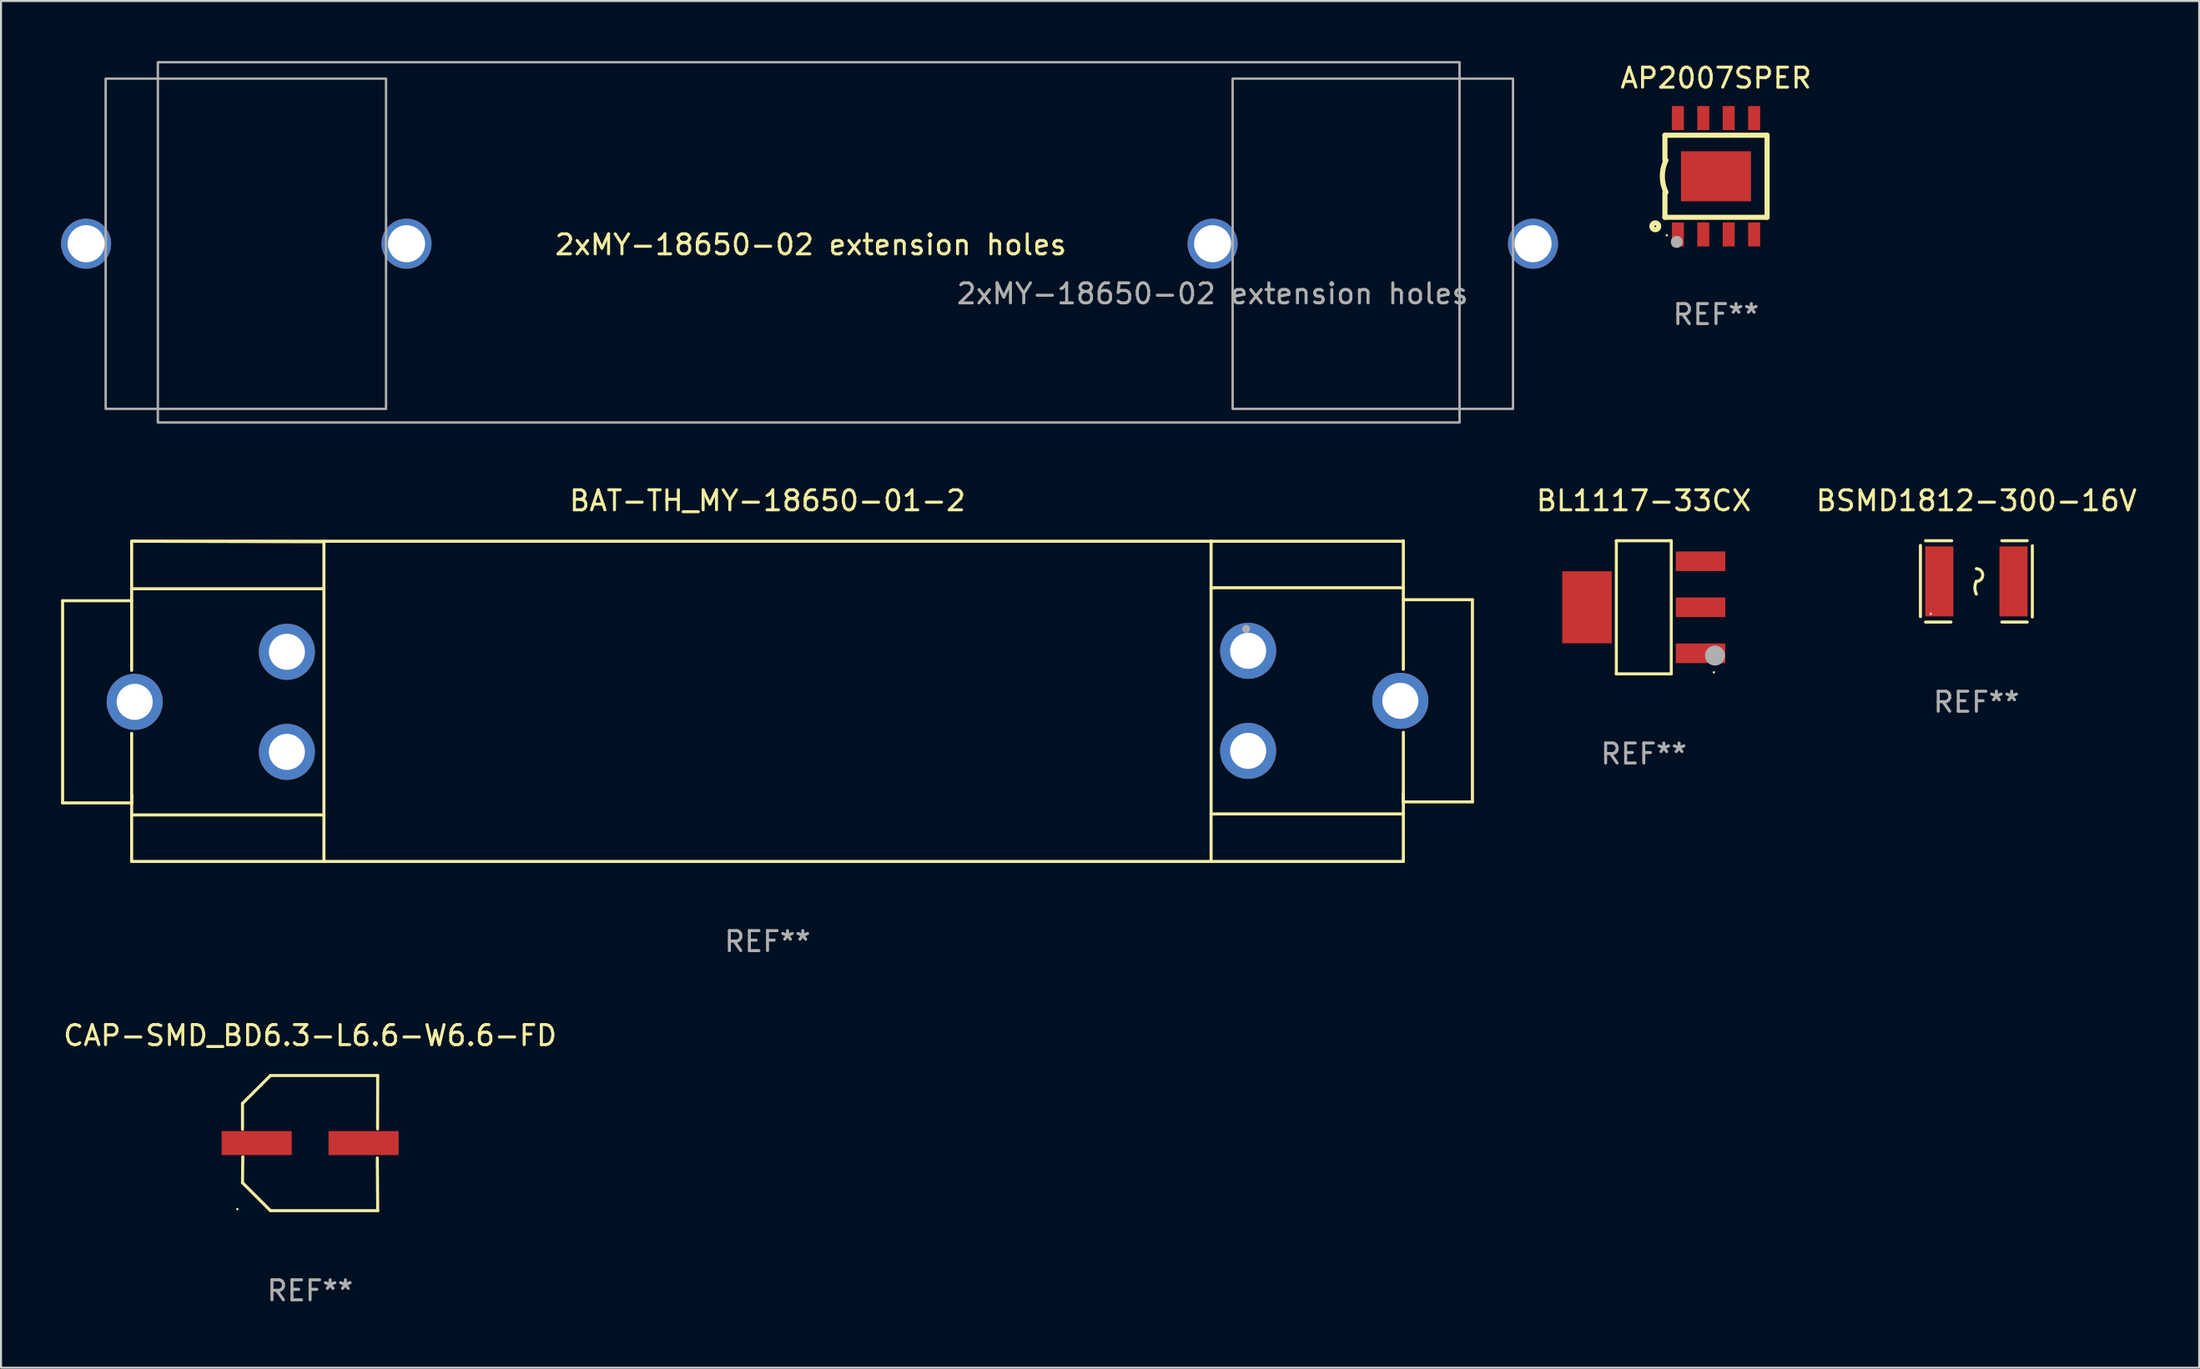
<source format=kicad_pcb>
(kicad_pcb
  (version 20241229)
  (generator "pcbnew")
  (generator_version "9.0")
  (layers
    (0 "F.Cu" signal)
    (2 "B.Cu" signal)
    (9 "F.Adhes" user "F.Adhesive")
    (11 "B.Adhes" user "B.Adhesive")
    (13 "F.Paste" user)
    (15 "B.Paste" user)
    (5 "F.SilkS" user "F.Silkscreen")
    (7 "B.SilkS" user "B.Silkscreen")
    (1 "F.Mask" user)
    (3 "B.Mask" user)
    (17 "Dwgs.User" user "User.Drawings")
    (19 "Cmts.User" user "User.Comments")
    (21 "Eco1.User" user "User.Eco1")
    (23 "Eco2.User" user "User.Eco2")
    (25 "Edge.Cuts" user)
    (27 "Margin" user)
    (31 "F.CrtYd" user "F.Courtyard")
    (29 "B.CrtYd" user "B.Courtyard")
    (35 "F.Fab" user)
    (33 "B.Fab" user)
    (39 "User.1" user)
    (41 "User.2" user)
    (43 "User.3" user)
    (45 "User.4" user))
  (footprint "CAP-SMD_BD6.3-L6.6-W6.6-FD"
    (layer "F.Cu")
    (at 12.435 54.066)
    (property "Reference" "CAP-SMD_BD6.3-L6.6-W6.6-FD" (at 0 -5.376 0) (layer "F.SilkS") (effects (font (size 1 1) (thickness 0.15))))
    (attr through_hole)
    (fp_line (start -3.376 -1.98) (end -3.376 -0.686) (stroke (width 0.152) (type solid)) (layer "F.SilkS"))
    (fp_line (start -3.376 1.981) (end -3.362 0.686) (stroke (width 0.152) (type solid)) (layer "F.SilkS"))
    (fp_line (start -1.981 3.376) (end -3.376 1.981) (stroke (width 0.152) (type solid)) (layer "F.SilkS"))
    (fp_line (start -1.98 -3.376) (end -3.376 -1.98) (stroke (width 0.152) (type solid)) (layer "F.SilkS"))
    (fp_line (start 3.356 0.74) (end 3.376 3.376) (stroke (width 0.152) (type solid)) (layer "F.SilkS"))
    (fp_line (start 3.369 -0.707) (end 3.376 -3.376) (stroke (width 0.152) (type solid)) (layer "F.SilkS"))
    (fp_line (start 3.376 3.376) (end -1.981 3.376) (stroke (width 0.152) (type solid)) (layer "F.SilkS"))
    (fp_line (start 3.376 -3.376) (end -1.98 -3.376) (stroke (width 0.152) (type solid)) (layer "F.SilkS"))
    (fp_circle (center -3.634 3.3) (end -3.604 3.3) (stroke (width 0.06) (type solid)) (fill no) (layer "F.SilkS"))
    (fp_text user "REF**" (at 0 7.376 0) (layer "F.Fab") (effects (font (size 1 1) (thickness 0.15))))
    (pad "1" smd rect (at -2.67 0.000254) (size 3.5 1.2) (layers "F.Cu" "F.Mask" "F.Paste"))
    (pad "2" smd rect (at 2.67 0.000254) (size 3.5 1.2) (layers "F.Cu" "F.Mask" "F.Paste")))
  (footprint "BL1117-33CX"
    (layer "F.Cu")
    (at 79.031 27.294)
    (property "Reference" "BL1117-33CX" (at 0 -5.326 0) (layer "F.SilkS") (effects (font (size 1 1) (thickness 0.15))))
    (attr through_hole)
    (fp_line (start -1.371 -3.326) (end 1.371 -3.326) (stroke (width 0.152) (type solid)) (layer "F.SilkS"))
    (fp_line (start -1.371 3.326) (end -1.371 -3.326) (stroke (width 0.152) (type solid)) (layer "F.SilkS"))
    (fp_line (start 1.371 -3.326) (end 1.371 3.326) (stroke (width 0.152) (type solid)) (layer "F.SilkS"))
    (fp_line (start 1.371 3.326) (end -1.371 3.326) (stroke (width 0.152) (type solid)) (layer "F.SilkS"))
    (fp_circle (center 3.5 3.25) (end 3.53 3.25) (stroke (width 0.06) (type solid)) (fill no) (layer "F.SilkS"))
    (fp_circle (center 3.556 2.413) (end 3.806 2.413) (stroke (width 0.5) (type solid)) (fill no) (layer "F.Fab"))
    (fp_text user "REF**" (at 0 7.326 0) (layer "F.Fab") (effects (font (size 1 1) (thickness 0.15))))
    (pad "1" smd rect (at 2.835 2.3) (size 2.47 0.98) (layers "F.Cu" "F.Mask" "F.Paste"))
    (pad "2" smd rect (at 2.835 0) (size 2.47 0.98) (layers "F.Cu" "F.Mask" "F.Paste"))
    (pad "3" smd rect (at 2.835 -2.3) (size 2.47 0.98) (layers "F.Cu" "F.Mask" "F.Paste"))
    (pad "4" smd rect (at -2.835 0) (size 2.47 3.6) (layers "F.Cu" "F.Mask" "F.Paste")))
  (footprint "BSMD1812-300-16V"
    (layer "F.Cu")
    (at 95.639 26)
    (property "Reference" "BSMD1812-300-16V" (at 0 -4.032 0) (layer "F.SilkS") (effects (font (size 1 1) (thickness 0.15))))
    (attr through_hole)
    (fp_line (start -2.794 -1.798) (end -2.794 1.758) (stroke (width 0.152) (type solid)) (layer "F.SilkS"))
    (fp_line (start -2.54 -2.032) (end -1.235 -2.032) (stroke (width 0.152) (type solid)) (layer "F.SilkS"))
    (fp_line (start -1.27 2.032) (end -2.54 2.032) (stroke (width 0.152) (type solid)) (layer "F.SilkS"))
    (fp_line (start 1.27 2.032) (end 2.54 2.032) (stroke (width 0.152) (type solid)) (layer "F.SilkS"))
    (fp_line (start 2.54 -2.032) (end 1.27 -2.032) (stroke (width 0.152) (type solid)) (layer "F.SilkS"))
    (fp_line (start 2.794 -1.778) (end 2.794 1.778) (stroke (width 0.152) (type solid)) (layer "F.SilkS"))
    (fp_arc (start 0 -0.635002) (mid 0.317501 -0.317501) (end 0 0) (stroke (width 0.151994) (type solid)) (layer "F.SilkS"))
    (fp_arc (start 0 0.635001) (mid -0.074951 0.317501) (end 0 0) (stroke (width 0.151994) (type solid)) (layer "F.SilkS"))
    (fp_circle (center -2.275 1.62) (end -2.245 1.62) (stroke (width 0.06) (type solid)) (fill no) (layer "F.SilkS"))
    (fp_text user "REF**" (at 0 6.032 0) (layer "F.Fab") (effects (font (size 1 1) (thickness 0.15))))
    (pad "1" smd rect (at -1.853 0) (size 1.407 3.499) (layers "F.Cu" "F.Mask" "F.Paste"))
    (pad "2" smd rect (at 1.853 0) (size 1.407 3.499) (layers "F.Cu" "F.Mask" "F.Paste")))
  (footprint "2xMY-18650-02 extension holes"
    (layer "F.Cu")
    (at 57.5 9.128)
    (property "Reference" "2xMY-18650-02 extension holes" (at -20.066 0.051 0) (unlocked yes) (layer "F.SilkS") (effects (font (size 1 1) (thickness 0.15))))
    (attr smd)
    (fp_rect (start -52.668 -9.068) (end 12.332 8.932) (stroke (width 0.12) (type solid)) (fill no) (layer "F.Fab"))
    (fp_rect (start -41.273 -8.25) (end -55.273 8.25) (stroke (width 0.12) (type solid)) (fill no) (layer "F.Fab"))
    (fp_rect (start 1.001 -8.25) (end 15.001 8.25) (stroke (width 0.12) (type solid)) (fill no) (layer "F.Fab"))
    (fp_text user "${REFERENCE}" (at 0 2.5 0) (unlocked yes) (layer "F.Fab") (effects (font (size 1 1) (thickness 0.15))))
    (pad "1" thru_hole circle (at -56.25 0 180) (size 2.5 2.5) (drill 1.85) (layers "*.Cu" "*.Mask"))
    (pad "2" thru_hole circle (at -40.25 0 180) (size 2.5 2.5) (drill 1.85) (layers "*.Cu" "*.Mask"))
    (pad "3" thru_hole circle (at 0 0) (size 2.5 2.5) (drill 1.85) (layers "*.Cu" "*.Mask"))
    (pad "4" thru_hole circle (at 16 0) (size 2.5 2.5) (drill 1.85) (layers "*.Cu" "*.Mask")))
  (footprint "BAT-TH_MY-18650-01-2"
    (layer "F.Cu")
    (at 35.275 31.981)
    (property "Reference" "BAT-TH_MY-18650-01-2" (at 0 -10.013 0) (layer "F.SilkS") (effects (font (size 1 1) (thickness 0.15))))
    (attr through_hole)
    (fp_line (start -35.199 -5.014) (end -35.199 5.087) (stroke (width 0.152) (type solid)) (layer "F.SilkS"))
    (fp_line (start -35.199 5.087) (end -31.749 5.087) (stroke (width 0.152) (type solid)) (layer "F.SilkS"))
    (fp_line (start -31.751 -5.612) (end -22.15 -5.612) (stroke (width 0.152) (type solid)) (layer "F.SilkS"))
    (fp_line (start -31.75 -7.987) (end -31.75 -1.535) (stroke (width 0.152) (type solid)) (layer "F.SilkS"))
    (fp_line (start -31.75 5.688) (end -22.15 5.688) (stroke (width 0.152) (type solid)) (layer "F.SilkS"))
    (fp_line (start -31.75 -7.987) (end -22.15 -7.962) (stroke (width 0.152) (type solid)) (layer "F.SilkS"))
    (fp_line (start -31.75 8.013) (end -31.75 1.611) (stroke (width 0.152) (type solid)) (layer "F.SilkS"))
    (fp_line (start -31.749 -5.014) (end -35.199 -5.014) (stroke (width 0.152) (type solid)) (layer "F.SilkS"))
    (fp_line (start -31.749 5.087) (end -31.749 4.689) (stroke (width 0.152) (type solid)) (layer "F.SilkS"))
    (fp_line (start -22.151 -7.987) (end -31.75 -7.987) (stroke (width 0.152) (type solid)) (layer "F.SilkS"))
    (fp_line (start -22.15 -7.987) (end 22.15 -7.987) (stroke (width 0.152) (type solid)) (layer "F.SilkS"))
    (fp_line (start -22.15 -7.962) (end -22.15 8.013) (stroke (width 0.152) (type solid)) (layer "F.SilkS"))
    (fp_line (start -22.15 8.013) (end -31.75 8.013) (stroke (width 0.152) (type solid)) (layer "F.SilkS"))
    (fp_line (start -22.15 8.013) (end 22.15 8.013) (stroke (width 0.152) (type solid)) (layer "F.SilkS"))
    (fp_line (start 22.15 -5.663) (end 31.75 -5.663) (stroke (width 0.152) (type solid)) (layer "F.SilkS"))
    (fp_line (start 22.15 -7.987) (end 22.15 8.013) (stroke (width 0.152) (type solid)) (layer "F.SilkS"))
    (fp_line (start 22.15 8.013) (end 31.75 8.013) (stroke (width 0.152) (type solid)) (layer "F.SilkS"))
    (fp_line (start 31.749 -5.065) (end 35.199 -5.065) (stroke (width 0.152) (type solid)) (layer "F.SilkS"))
    (fp_line (start 31.749 5.037) (end 31.749 4.638) (stroke (width 0.152) (type solid)) (layer "F.SilkS"))
    (fp_line (start 31.75 -1.586) (end 31.75 -8.013) (stroke (width 0.152) (type solid)) (layer "F.SilkS"))
    (fp_line (start 31.75 -7.987) (end 22.15 -7.987) (stroke (width 0.152) (type solid)) (layer "F.SilkS"))
    (fp_line (start 31.75 8.013) (end 31.75 1.56) (stroke (width 0.152) (type solid)) (layer "F.SilkS"))
    (fp_line (start 31.75 5.637) (end 22.15 5.637) (stroke (width 0.152) (type solid)) (layer "F.SilkS"))
    (fp_line (start 35.199 -5.065) (end 35.199 5.037) (stroke (width 0.152) (type solid)) (layer "F.SilkS"))
    (fp_line (start 35.199 5.037) (end 31.749 5.037) (stroke (width 0.152) (type solid)) (layer "F.SilkS"))
    (fp_circle (center 22.15 -8.013) (end 22.18 -8.013) (stroke (width 0.06) (type solid)) (fill no) (layer "F.SilkS"))
    (fp_circle (center 23.9 -3.613) (end 24 -3.613) (stroke (width 0.2) (type solid)) (fill no) (layer "F.Fab"))
    (fp_text user "REF**" (at 0 12.013 0) (layer "F.Fab") (effects (font (size 1 1) (thickness 0.15))))
    (pad "1" thru_hole circle (at 24 -2.512) (size 2.8 2.8) (drill 1.8) (layers "*.Cu" "*.Mask"))
    (pad "1" thru_hole circle (at 24 2.488) (size 2.8 2.8) (drill 1.8) (layers "*.Cu" "*.Mask"))
    (pad "1" thru_hole circle (at 31.6 -0.013) (size 2.8 2.8) (drill 1.8) (layers "*.Cu" "*.Mask"))
    (pad "2" thru_hole circle (at -31.6 0.038) (size 2.8 2.8) (drill 1.8) (layers "*.Cu" "*.Mask"))
    (pad "2" thru_hole circle (at -24 -2.462) (size 2.8 2.8) (drill 1.8) (layers "*.Cu" "*.Mask"))
    (pad "2" thru_hole circle (at -24 2.538) (size 2.8 2.8) (drill 1.8) (layers "*.Cu" "*.Mask")))
  (footprint "AP2007SPER"
    (layer "F.Cu")
    (at 82.637 5.757)
    (property "Reference" "AP2007SPER" (at 0 -4.908 0) (layer "F.SilkS") (effects (font (size 1 1) (thickness 0.15))))
    (attr through_hole)
    (fp_line (start -2.55 -2.05) (end 2.55 -2.05) (stroke (width 0.254) (type solid)) (layer "F.SilkS"))
    (fp_line (start -2.55 -0.8) (end -2.55 -2.05) (stroke (width 0.254) (type solid)) (layer "F.SilkS"))
    (fp_line (start -2.55 0.8) (end -2.55 2.05) (stroke (width 0.254) (type solid)) (layer "F.SilkS"))
    (fp_line (start 2.55 -2.05) (end 2.55 2.05) (stroke (width 0.254) (type solid)) (layer "F.SilkS"))
    (fp_line (start 2.55 2.05) (end -2.55 2.05) (stroke (width 0.254) (type solid)) (layer "F.SilkS"))
    (fp_arc (start -2.499873 0.800102) (mid -2.680296 0) (end -2.499873 -0.800102) (stroke (width 0.254001) (type solid)) (layer "F.SilkS"))
    (fp_circle (center -3.03 2.5) (end -2.86 2.5) (stroke (width 0.254) (type solid)) (fill no) (layer "F.SilkS"))
    (fp_circle (center -2.454 2.95) (end -2.424 2.95) (stroke (width 0.06) (type solid)) (fill no) (layer "F.SilkS"))
    (fp_circle (center -1.96 3.28) (end -1.81 3.28) (stroke (width 0.3) (type solid)) (fill no) (layer "F.Fab"))
    (fp_text user "REF**" (at 0 6.908 0) (layer "F.Fab") (effects (font (size 1 1) (thickness 0.15))))
    (pad "1" smd rect (at -1.905 2.908) (size 0.6 1.2) (layers "F.Cu" "F.Mask" "F.Paste"))
    (pad "2" smd rect (at -0.635 2.908) (size 0.6 1.2) (layers "F.Cu" "F.Mask" "F.Paste"))
    (pad "3" smd rect (at 0.635 2.908) (size 0.6 1.2) (layers "F.Cu" "F.Mask" "F.Paste"))
    (pad "4" smd rect (at 1.905 2.908) (size 0.6 1.2) (layers "F.Cu" "F.Mask" "F.Paste"))
    (pad "5" smd rect (at 1.905 -2.908) (size 0.6 1.2) (layers "F.Cu" "F.Mask" "F.Paste"))
    (pad "6" smd rect (at 0.635 -2.908) (size 0.6 1.2) (layers "F.Cu" "F.Mask" "F.Paste"))
    (pad "7" smd rect (at -0.635 -2.908) (size 0.6 1.2) (layers "F.Cu" "F.Mask" "F.Paste"))
    (pad "8" smd rect (at -1.905 -2.908) (size 0.6 1.2) (layers "F.Cu" "F.Mask" "F.Paste"))
    (pad "9" smd rect (at 0 0 180) (size 3.5 2.5) (layers "F.Cu" "F.Mask" "F.Paste")))
  (gr_rect
    (start -3 -3)
    (end 106.764 65.29)
    (stroke (width 0.1) (type default))
    (fill no)
    (layer "Edge.Cuts")))
</source>
